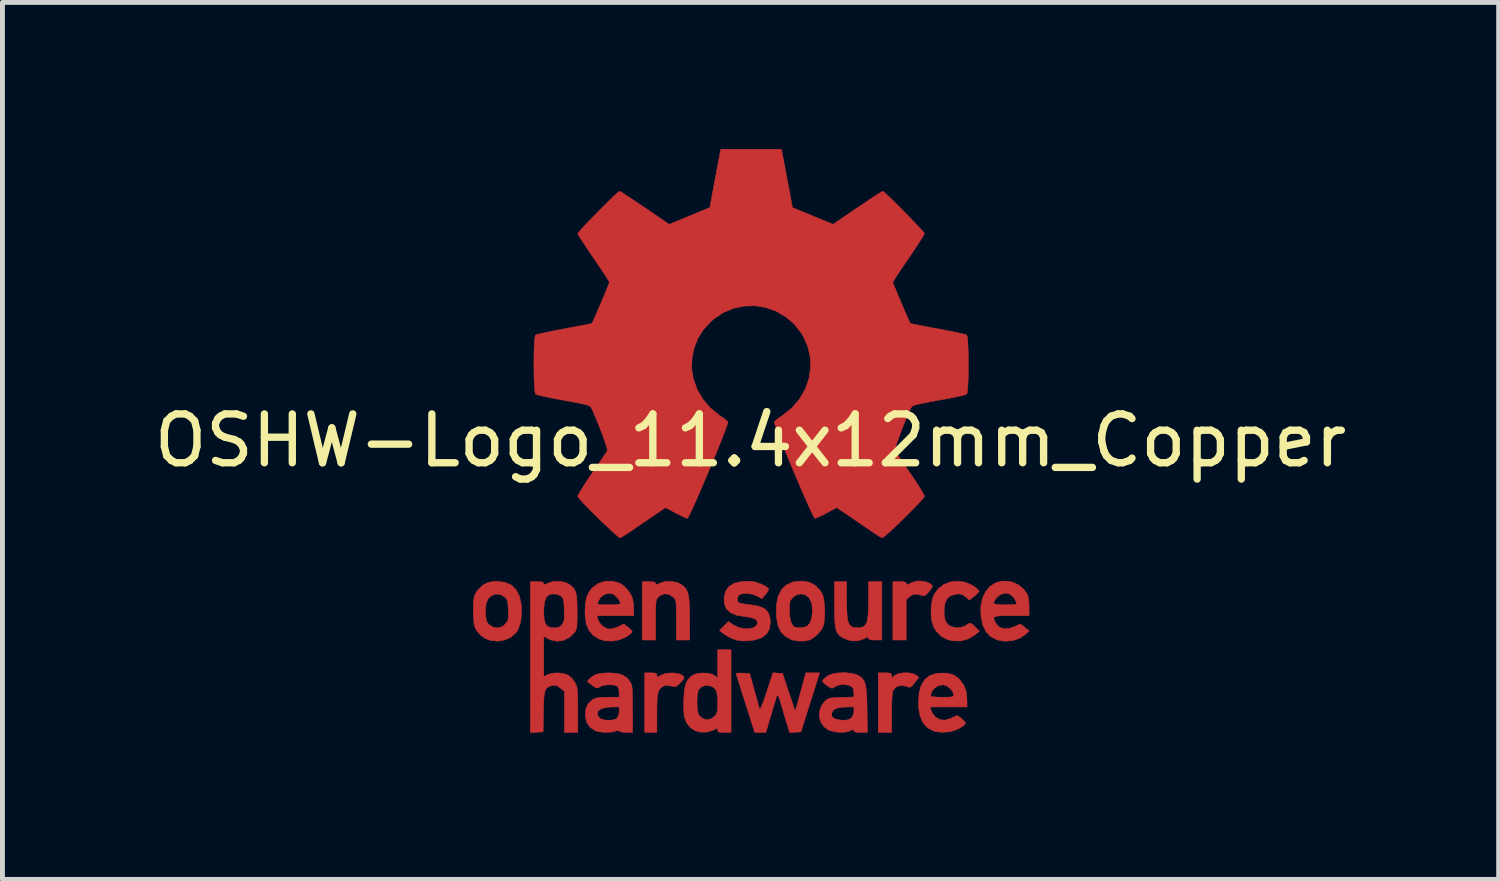
<source format=kicad_pcb>
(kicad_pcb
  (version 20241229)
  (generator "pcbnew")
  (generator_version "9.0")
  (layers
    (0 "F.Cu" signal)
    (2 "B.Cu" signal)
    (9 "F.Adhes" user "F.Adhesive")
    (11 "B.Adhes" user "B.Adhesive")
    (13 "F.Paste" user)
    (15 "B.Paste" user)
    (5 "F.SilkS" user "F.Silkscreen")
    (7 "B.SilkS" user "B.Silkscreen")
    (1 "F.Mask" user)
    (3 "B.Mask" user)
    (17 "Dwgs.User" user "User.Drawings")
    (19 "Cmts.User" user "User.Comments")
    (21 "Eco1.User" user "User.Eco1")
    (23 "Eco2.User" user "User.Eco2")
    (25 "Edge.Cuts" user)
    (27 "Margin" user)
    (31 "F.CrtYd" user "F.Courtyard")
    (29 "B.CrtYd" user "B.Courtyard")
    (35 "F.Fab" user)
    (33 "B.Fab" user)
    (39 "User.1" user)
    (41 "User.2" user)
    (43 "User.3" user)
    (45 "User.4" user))
  (footprint "OSHW-Logo_11.4x12mm_Copper"
    (layer "F.Cu")
    (at 12.315 5.969)
    (property "Reference" "OSHW-Logo_11.4x12mm_Copper" (at 0 0 0) (layer "F.SilkS") (effects (font (size 1 1) (thickness 0.15))))
    (attr board_only exclude_from_pos_files exclude_from_bom allow_missing_courtyard)
    (fp_poly (pts (xy 3.564 2.887) (xy 3.649 2.914) (xy 3.704 2.947) (xy 3.722 2.973) (xy 3.717 3.004) (xy 3.685 3.053) (xy 3.658 3.087) (xy 3.602 3.149) (xy 3.56 3.176) (xy 3.524 3.174) (xy 3.418 3.147) (xy 3.34 3.148) (xy 3.277 3.179) (xy 3.256 3.197) (xy 3.187 3.26) (xy 3.187 4.084) (xy 2.914 4.084) (xy 2.914 2.889) (xy 3.05 2.889) (xy 3.133 2.892) (xy 3.175 2.903) (xy 3.187 2.926) (xy 3.187 2.927) (xy 3.193 2.95) (xy 3.22 2.947) (xy 3.256 2.93) (xy 3.331 2.898) (xy 3.392 2.879) (xy 3.471 2.874) (xy 3.564 2.887)) (stroke (width 0.01) (type solid)) (fill yes) (layer "F.Cu"))
    (fp_poly (pts (xy 3.238 4.756) (xy 3.334 4.775) (xy 3.389 4.803) (xy 3.446 4.849) (xy 3.364 4.952) (xy 3.314 5.014) (xy 3.28 5.045) (xy 3.246 5.05) (xy 3.196 5.035) (xy 3.173 5.026) (xy 3.078 5.014) (xy 2.991 5.04) (xy 2.927 5.101) (xy 2.917 5.12) (xy 2.905 5.171) (xy 2.897 5.266) (xy 2.891 5.396) (xy 2.889 5.556) (xy 2.889 5.579) (xy 2.889 5.976) (xy 2.615 5.976) (xy 2.615 4.756) (xy 2.752 4.756) (xy 2.831 4.758) (xy 2.872 4.768) (xy 2.887 4.788) (xy 2.889 4.808) (xy 2.889 4.859) (xy 2.954 4.808) (xy 3.029 4.773) (xy 3.131 4.755) (xy 3.238 4.756)) (stroke (width 0.01) (type solid)) (fill yes) (layer "F.Cu"))
    (fp_poly (pts (xy -1.967 4.759) (xy -1.93 4.77) (xy -1.918 4.795) (xy -1.917 4.806) (xy -1.915 4.837) (xy -1.9 4.841) (xy -1.86 4.82) (xy -1.837 4.806) (xy -1.761 4.775) (xy -1.672 4.76) (xy -1.577 4.758) (xy -1.489 4.77) (xy -1.417 4.792) (xy -1.372 4.824) (xy -1.363 4.865) (xy -1.367 4.875) (xy -1.4 4.921) (xy -1.452 4.976) (xy -1.461 4.985) (xy -1.51 5.026) (xy -1.552 5.04) (xy -1.611 5.03) (xy -1.635 5.024) (xy -1.708 5.009) (xy -1.76 5.016) (xy -1.804 5.039) (xy -1.844 5.071) (xy -1.874 5.111) (xy -1.894 5.166) (xy -1.907 5.245) (xy -1.914 5.355) (xy -1.917 5.503) (xy -1.917 5.592) (xy -1.917 5.976) (xy -2.166 5.976) (xy -2.166 4.756) (xy -2.042 4.756) (xy -1.967 4.759)) (stroke (width 0.01) (type solid)) (fill yes) (layer "F.Cu"))
    (fp_poly (pts (xy 1.967 3.276) (xy 1.97 3.459) (xy 1.978 3.598) (xy 1.995 3.698) (xy 2.023 3.766) (xy 2.065 3.808) (xy 2.121 3.828) (xy 2.191 3.833) (xy 2.265 3.827) (xy 2.321 3.806) (xy 2.361 3.763) (xy 2.389 3.694) (xy 2.405 3.591) (xy 2.413 3.451) (xy 2.415 3.276) (xy 2.415 2.889) (xy 2.689 2.889) (xy 2.689 4.084) (xy 2.552 4.084) (xy 2.47 4.081) (xy 2.427 4.069) (xy 2.415 4.047) (xy 2.408 4.027) (xy 2.38 4.031) (xy 2.322 4.059) (xy 2.191 4.102) (xy 2.051 4.099) (xy 1.918 4.052) (xy 1.854 4.015) (xy 1.806 3.975) (xy 1.77 3.924) (xy 1.746 3.857) (xy 1.73 3.765) (xy 1.722 3.642) (xy 1.719 3.481) (xy 1.718 3.356) (xy 1.718 2.889) (xy 1.967 2.889) (xy 1.967 3.276)) (stroke (width 0.01) (type solid)) (fill yes) (layer "F.Cu"))
    (fp_poly (pts (xy -1.493 2.909) (xy -1.431 2.939) (xy -1.371 2.982) (xy -1.326 3.031) (xy -1.292 3.094) (xy -1.269 3.177) (xy -1.255 3.288) (xy -1.248 3.434) (xy -1.246 3.622) (xy -1.246 3.642) (xy -1.245 4.084) (xy -1.519 4.084) (xy -1.519 3.676) (xy -1.519 3.525) (xy -1.521 3.416) (xy -1.524 3.34) (xy -1.531 3.289) (xy -1.543 3.255) (xy -1.56 3.229) (xy -1.585 3.203) (xy -1.67 3.149) (xy -1.762 3.138) (xy -1.851 3.173) (xy -1.881 3.199) (xy -1.904 3.223) (xy -1.92 3.249) (xy -1.931 3.285) (xy -1.937 3.339) (xy -1.941 3.418) (xy -1.942 3.533) (xy -1.942 3.672) (xy -1.942 4.084) (xy -2.216 4.084) (xy -2.216 2.889) (xy -2.079 2.889) (xy -1.997 2.892) (xy -1.955 2.903) (xy -1.942 2.926) (xy -1.942 2.927) (xy -1.937 2.949) (xy -1.911 2.946) (xy -1.861 2.922) (xy -1.748 2.886) (xy -1.618 2.882) (xy -1.493 2.909)) (stroke (width 0.01) (type solid)) (fill yes) (layer "F.Cu"))
    (fp_poly (pts (xy 4.391 2.899) (xy 4.535 2.96) (xy 4.581 2.99) (xy 4.639 3.036) (xy 4.675 3.072) (xy 4.682 3.084) (xy 4.664 3.11) (xy 4.618 3.154) (xy 4.581 3.185) (xy 4.481 3.266) (xy 4.402 3.199) (xy 4.341 3.156) (xy 4.281 3.141) (xy 4.213 3.145) (xy 4.104 3.172) (xy 4.03 3.228) (xy 3.985 3.318) (xy 3.964 3.448) (xy 3.964 3.449) (xy 3.966 3.594) (xy 3.993 3.701) (xy 4.049 3.774) (xy 4.086 3.799) (xy 4.186 3.829) (xy 4.293 3.829) (xy 4.386 3.8) (xy 4.408 3.785) (xy 4.463 3.748) (xy 4.506 3.742) (xy 4.552 3.769) (xy 4.604 3.819) (xy 4.685 3.903) (xy 4.595 3.978) (xy 4.455 4.062) (xy 4.298 4.103) (xy 4.134 4.1) (xy 4.026 4.072) (xy 3.899 4.005) (xy 3.798 3.898) (xy 3.753 3.822) (xy 3.715 3.714) (xy 3.697 3.577) (xy 3.697 3.429) (xy 3.715 3.286) (xy 3.751 3.167) (xy 3.757 3.155) (xy 3.842 3.035) (xy 3.957 2.947) (xy 4.093 2.894) (xy 4.24 2.878) (xy 4.391 2.899)) (stroke (width 0.01) (type solid)) (fill yes) (layer "F.Cu"))
    (fp_poly (pts (xy 1.21 2.903) (xy 1.336 2.972) (xy 1.434 3.08) (xy 1.48 3.168) (xy 1.5 3.246) (xy 1.513 3.357) (xy 1.519 3.485) (xy 1.517 3.613) (xy 1.506 3.726) (xy 1.494 3.786) (xy 1.454 3.868) (xy 1.383 3.956) (xy 1.298 4.032) (xy 1.214 4.082) (xy 1.212 4.082) (xy 1.108 4.104) (xy 0.985 4.105) (xy 0.867 4.085) (xy 0.822 4.069) (xy 0.705 4.003) (xy 0.622 3.916) (xy 0.567 3.801) (xy 0.536 3.651) (xy 0.529 3.572) (xy 0.53 3.473) (xy 0.797 3.473) (xy 0.806 3.618) (xy 0.832 3.728) (xy 0.873 3.798) (xy 0.902 3.818) (xy 0.977 3.832) (xy 1.066 3.828) (xy 1.144 3.808) (xy 1.164 3.797) (xy 1.217 3.732) (xy 1.252 3.633) (xy 1.267 3.513) (xy 1.26 3.383) (xy 1.244 3.306) (xy 1.197 3.216) (xy 1.123 3.16) (xy 1.033 3.14) (xy 0.941 3.16) (xy 0.87 3.21) (xy 0.832 3.252) (xy 0.811 3.292) (xy 0.8 3.347) (xy 0.797 3.432) (xy 0.797 3.473) (xy 0.53 3.473) (xy 0.531 3.362) (xy 0.565 3.189) (xy 0.632 3.055) (xy 0.731 2.958) (xy 0.862 2.899) (xy 0.89 2.892) (xy 1.06 2.876) (xy 1.21 2.903)) (stroke (width 0.01) (type solid)) (fill yes) (layer "F.Cu"))
    (fp_poly (pts (xy 0.558 4.761) (xy 0.656 4.769) (xy 0.785 5.155) (xy 0.914 5.541) (xy 0.954 5.404) (xy 0.978 5.319) (xy 1.01 5.205) (xy 1.045 5.079) (xy 1.063 5.012) (xy 1.132 4.756) (xy 1.415 4.756) (xy 1.33 5.024) (xy 1.288 5.156) (xy 1.238 5.314) (xy 1.185 5.48) (xy 1.139 5.628) (xy 1.032 5.964) (xy 0.801 5.979) (xy 0.738 5.772) (xy 0.699 5.644) (xy 0.657 5.502) (xy 0.62 5.377) (xy 0.619 5.372) (xy 0.592 5.288) (xy 0.567 5.23) (xy 0.55 5.208) (xy 0.547 5.21) (xy 0.534 5.244) (xy 0.511 5.317) (xy 0.48 5.419) (xy 0.443 5.542) (xy 0.423 5.609) (xy 0.315 5.976) (xy 0.086 5.976) (xy -0.098 5.397) (xy -0.149 5.235) (xy -0.196 5.088) (xy -0.236 4.962) (xy -0.267 4.865) (xy -0.287 4.804) (xy -0.293 4.786) (xy -0.288 4.768) (xy -0.251 4.76) (xy -0.173 4.761) (xy -0.16 4.761) (xy -0.016 4.769) (xy 0.079 5.117) (xy 0.114 5.244) (xy 0.145 5.356) (xy 0.17 5.443) (xy 0.185 5.495) (xy 0.188 5.503) (xy 0.2 5.494) (xy 0.224 5.443) (xy 0.257 5.359) (xy 0.297 5.248) (xy 0.331 5.147) (xy 0.459 4.754) (xy 0.558 4.761)) (stroke (width 0.01) (type solid)) (fill yes) (layer "F.Cu"))
    (fp_poly (pts (xy -5.027 2.902) (xy -4.896 2.959) (xy -4.798 3.055) (xy -4.73 3.19) (xy -4.693 3.364) (xy -4.691 3.391) (xy -4.689 3.582) (xy -4.715 3.75) (xy -4.769 3.886) (xy -4.798 3.93) (xy -4.898 4.022) (xy -5.025 4.082) (xy -5.168 4.107) (xy -5.314 4.094) (xy -5.424 4.055) (xy -5.52 3.99) (xy -5.597 3.904) (xy -5.599 3.902) (xy -5.63 3.849) (xy -5.651 3.795) (xy -5.663 3.728) (xy -5.671 3.633) (xy -5.674 3.555) (xy -5.675 3.484) (xy -5.426 3.484) (xy -5.424 3.554) (xy -5.415 3.648) (xy -5.399 3.708) (xy -5.371 3.751) (xy -5.345 3.776) (xy -5.252 3.828) (xy -5.154 3.835) (xy -5.063 3.798) (xy -5.018 3.755) (xy -4.985 3.713) (xy -4.966 3.672) (xy -4.957 3.619) (xy -4.957 3.54) (xy -4.959 3.467) (xy -4.965 3.363) (xy -4.974 3.295) (xy -4.99 3.251) (xy -5.017 3.217) (xy -5.038 3.198) (xy -5.127 3.147) (xy -5.223 3.145) (xy -5.303 3.175) (xy -5.372 3.237) (xy -5.413 3.34) (xy -5.426 3.484) (xy -5.675 3.484) (xy -5.677 3.4) (xy -5.672 3.284) (xy -5.657 3.196) (xy -5.63 3.128) (xy -5.588 3.067) (xy -5.573 3.049) (xy -5.478 2.959) (xy -5.375 2.906) (xy -5.25 2.884) (xy -5.189 2.882) (xy -5.027 2.902)) (stroke (width 0.01) (type solid)) (fill yes) (layer "F.Cu"))
    (fp_poly (pts (xy -0.398 5.976) (xy -0.535 5.976) (xy -0.615 5.974) (xy -0.656 5.964) (xy -0.671 5.944) (xy -0.672 5.929) (xy -0.675 5.901) (xy -0.691 5.895) (xy -0.732 5.913) (xy -0.765 5.929) (xy -0.889 5.968) (xy -1.024 5.97) (xy -1.134 5.941) (xy -1.237 5.872) (xy -1.315 5.769) (xy -1.357 5.647) (xy -1.358 5.64) (xy -1.365 5.566) (xy -1.368 5.46) (xy -1.368 5.379) (xy -1.096 5.379) (xy -1.089 5.486) (xy -1.075 5.574) (xy -1.056 5.624) (xy -0.982 5.692) (xy -0.895 5.717) (xy -0.805 5.697) (xy -0.728 5.638) (xy -0.699 5.598) (xy -0.682 5.551) (xy -0.674 5.482) (xy -0.672 5.379) (xy -0.676 5.276) (xy -0.685 5.186) (xy -0.698 5.126) (xy -0.7 5.12) (xy -0.754 5.056) (xy -0.831 5.021) (xy -0.918 5.015) (xy -0.998 5.039) (xy -1.058 5.095) (xy -1.064 5.106) (xy -1.083 5.173) (xy -1.094 5.269) (xy -1.096 5.379) (xy -1.368 5.379) (xy -1.368 5.338) (xy -1.366 5.273) (xy -1.354 5.111) (xy -1.328 4.99) (xy -1.286 4.9) (xy -1.224 4.834) (xy -1.163 4.795) (xy -1.078 4.767) (xy -0.972 4.758) (xy -0.864 4.765) (xy -0.772 4.789) (xy -0.723 4.818) (xy -0.672 4.864) (xy -0.672 4.283) (xy -0.398 4.283) (xy -0.398 5.976)) (stroke (width 0.01) (type solid)) (fill yes) (layer "F.Cu"))
    (fp_poly (pts (xy 5.303 2.884) (xy 5.367 2.9) (xy 5.489 2.957) (xy 5.594 3.043) (xy 5.666 3.147) (xy 5.676 3.17) (xy 5.69 3.231) (xy 5.699 3.322) (xy 5.703 3.413) (xy 5.703 3.586) (xy 5.341 3.586) (xy 5.193 3.586) (xy 5.088 3.59) (xy 5.021 3.599) (xy 4.987 3.616) (xy 4.979 3.643) (xy 4.992 3.684) (xy 5.016 3.732) (xy 5.082 3.811) (xy 5.174 3.851) (xy 5.286 3.85) (xy 5.412 3.807) (xy 5.522 3.753) (xy 5.613 3.825) (xy 5.704 3.897) (xy 5.619 3.976) (xy 5.504 4.051) (xy 5.364 4.096) (xy 5.212 4.109) (xy 5.066 4.086) (xy 5.043 4.078) (xy 4.914 4.011) (xy 4.819 3.911) (xy 4.754 3.775) (xy 4.718 3.6) (xy 4.718 3.597) (xy 4.714 3.406) (xy 4.727 3.338) (xy 4.98 3.338) (xy 5.004 3.348) (xy 5.067 3.357) (xy 5.16 3.361) (xy 5.219 3.362) (xy 5.329 3.361) (xy 5.397 3.359) (xy 5.433 3.351) (xy 5.446 3.337) (xy 5.443 3.315) (xy 5.44 3.306) (xy 5.395 3.223) (xy 5.325 3.156) (xy 5.263 3.127) (xy 5.181 3.128) (xy 5.098 3.165) (xy 5.028 3.226) (xy 4.986 3.299) (xy 4.98 3.338) (xy 4.727 3.338) (xy 4.746 3.238) (xy 4.81 3.098) (xy 4.901 2.988) (xy 5.016 2.913) (xy 5.151 2.877) (xy 5.303 2.884)) (stroke (width 0.01) (type solid)) (fill yes) (layer "F.Cu"))
    (fp_poly (pts (xy 0.028 2.884) (xy 0.122 2.902) (xy 0.22 2.94) (xy 0.23 2.944) (xy 0.305 2.983) (xy 0.356 3.02) (xy 0.373 3.043) (xy 0.357 3.081) (xy 0.318 3.137) (xy 0.301 3.158) (xy 0.231 3.24) (xy 0.14 3.186) (xy 0.054 3.151) (xy -0.045 3.132) (xy -0.141 3.13) (xy -0.215 3.148) (xy -0.233 3.159) (xy -0.266 3.211) (xy -0.271 3.27) (xy -0.245 3.316) (xy -0.23 3.324) (xy -0.186 3.336) (xy -0.107 3.349) (xy -0.01 3.361) (xy 0.008 3.363) (xy 0.164 3.39) (xy 0.278 3.436) (xy 0.353 3.505) (xy 0.394 3.601) (xy 0.407 3.719) (xy 0.389 3.852) (xy 0.331 3.957) (xy 0.232 4.034) (xy 0.093 4.082) (xy -0.062 4.101) (xy -0.189 4.101) (xy -0.291 4.083) (xy -0.361 4.059) (xy -0.45 4.018) (xy -0.531 3.97) (xy -0.56 3.949) (xy -0.635 3.888) (xy -0.545 3.797) (xy -0.455 3.705) (xy -0.352 3.773) (xy -0.25 3.824) (xy -0.14 3.851) (xy -0.034 3.853) (xy 0.056 3.833) (xy 0.119 3.789) (xy 0.139 3.753) (xy 0.136 3.694) (xy 0.085 3.649) (xy -0.013 3.618) (xy -0.121 3.604) (xy -0.287 3.576) (xy -0.41 3.525) (xy -0.492 3.447) (xy -0.535 3.343) (xy -0.541 3.218) (xy -0.512 3.089) (xy -0.445 2.991) (xy -0.34 2.924) (xy -0.196 2.888) (xy -0.089 2.881) (xy 0.028 2.884)) (stroke (width 0.01) (type solid)) (fill yes) (layer "F.Cu"))
    (fp_poly (pts (xy 4.025 4.763) (xy 4.144 4.794) (xy 4.244 4.858) (xy 4.292 4.905) (xy 4.371 5.018) (xy 4.417 5.149) (xy 4.432 5.31) (xy 4.432 5.323) (xy 4.433 5.454) (xy 3.68 5.454) (xy 3.696 5.522) (xy 3.725 5.584) (xy 3.776 5.649) (xy 3.786 5.659) (xy 3.877 5.715) (xy 3.981 5.724) (xy 4.101 5.688) (xy 4.121 5.678) (xy 4.183 5.648) (xy 4.225 5.63) (xy 4.232 5.629) (xy 4.258 5.644) (xy 4.306 5.682) (xy 4.331 5.702) (xy 4.382 5.75) (xy 4.398 5.781) (xy 4.387 5.81) (xy 4.38 5.817) (xy 4.338 5.852) (xy 4.269 5.894) (xy 4.221 5.918) (xy 4.084 5.961) (xy 3.932 5.975) (xy 3.788 5.958) (xy 3.748 5.946) (xy 3.623 5.88) (xy 3.531 5.777) (xy 3.47 5.637) (xy 3.44 5.459) (xy 3.437 5.366) (xy 3.447 5.231) (xy 3.685 5.231) (xy 3.709 5.241) (xy 3.771 5.249) (xy 3.861 5.254) (xy 3.922 5.254) (xy 4.032 5.254) (xy 4.101 5.25) (xy 4.14 5.242) (xy 4.156 5.227) (xy 4.159 5.205) (xy 4.137 5.138) (xy 4.084 5.072) (xy 4.013 5.021) (xy 3.942 5) (xy 3.846 5.018) (xy 3.763 5.072) (xy 3.705 5.149) (xy 3.685 5.231) (xy 3.447 5.231) (xy 3.451 5.169) (xy 3.494 5.012) (xy 3.566 4.894) (xy 3.668 4.813) (xy 3.802 4.769) (xy 3.875 4.761) (xy 4.025 4.763)) (stroke (width 0.01) (type solid)) (fill yes) (layer "F.Cu"))
    (fp_poly (pts (xy -2.687 2.916) (xy -2.662 2.928) (xy -2.576 2.991) (xy -2.495 3.083) (xy -2.434 3.184) (xy -2.417 3.23) (xy -2.401 3.313) (xy -2.392 3.414) (xy -2.391 3.455) (xy -2.391 3.586) (xy -3.143 3.586) (xy -3.127 3.654) (xy -3.088 3.735) (xy -3.019 3.805) (xy -2.937 3.85) (xy -2.885 3.86) (xy -2.814 3.848) (xy -2.73 3.82) (xy -2.701 3.807) (xy -2.595 3.754) (xy -2.504 3.823) (xy -2.452 3.87) (xy -2.424 3.908) (xy -2.423 3.919) (xy -2.448 3.947) (xy -2.502 3.989) (xy -2.551 4.021) (xy -2.685 4.079) (xy -2.834 4.106) (xy -2.982 4.099) (xy -3.1 4.063) (xy -3.222 3.986) (xy -3.308 3.885) (xy -3.363 3.754) (xy -3.387 3.587) (xy -3.389 3.511) (xy -3.381 3.337) (xy -3.38 3.332) (xy -3.13 3.332) (xy -3.123 3.348) (xy -3.095 3.357) (xy -3.037 3.361) (xy -2.94 3.362) (xy -2.903 3.362) (xy -2.789 3.36) (xy -2.717 3.356) (xy -2.679 3.346) (xy -2.665 3.33) (xy -2.665 3.325) (xy -2.68 3.284) (xy -2.719 3.228) (xy -2.736 3.208) (xy -2.798 3.152) (xy -2.864 3.13) (xy -2.899 3.128) (xy -2.993 3.151) (xy -3.073 3.213) (xy -3.123 3.303) (xy -3.124 3.306) (xy -3.13 3.332) (xy -3.38 3.332) (xy -3.352 3.199) (xy -3.299 3.089) (xy -3.236 3.011) (xy -3.118 2.927) (xy -2.979 2.882) (xy -2.831 2.878) (xy -2.687 2.916)) (stroke (width 0.01) (type solid)) (fill yes) (layer "F.Cu"))
    (fp_poly (pts (xy 2.056 4.764) (xy 2.161 4.789) (xy 2.192 4.803) (xy 2.251 4.838) (xy 2.296 4.878) (xy 2.329 4.929) (xy 2.353 4.999) (xy 2.368 5.093) (xy 2.378 5.22) (xy 2.384 5.386) (xy 2.386 5.497) (xy 2.394 5.976) (xy 2.256 5.976) (xy 2.171 5.973) (xy 2.128 5.961) (xy 2.117 5.941) (xy 2.111 5.919) (xy 2.084 5.923) (xy 2.048 5.94) (xy 1.958 5.967) (xy 1.842 5.975) (xy 1.72 5.963) (xy 1.611 5.932) (xy 1.602 5.928) (xy 1.503 5.859) (xy 1.437 5.762) (xy 1.407 5.649) (xy 1.41 5.608) (xy 1.655 5.608) (xy 1.676 5.663) (xy 1.74 5.702) (xy 1.844 5.723) (xy 1.899 5.726) (xy 1.991 5.719) (xy 2.052 5.691) (xy 2.067 5.678) (xy 2.107 5.606) (xy 2.117 5.541) (xy 2.117 5.454) (xy 1.995 5.454) (xy 1.854 5.461) (xy 1.755 5.483) (xy 1.693 5.523) (xy 1.679 5.541) (xy 1.655 5.608) (xy 1.41 5.608) (xy 1.414 5.53) (xy 1.459 5.417) (xy 1.52 5.34) (xy 1.557 5.307) (xy 1.594 5.285) (xy 1.641 5.272) (xy 1.711 5.265) (xy 1.815 5.26) (xy 1.857 5.258) (xy 2.117 5.25) (xy 2.116 5.171) (xy 2.106 5.088) (xy 2.07 5.038) (xy 1.996 5.006) (xy 1.994 5.006) (xy 1.89 4.993) (xy 1.788 5.01) (xy 1.712 5.05) (xy 1.682 5.069) (xy 1.649 5.067) (xy 1.599 5.038) (xy 1.569 5.018) (xy 1.511 4.975) (xy 1.475 4.943) (xy 1.47 4.933) (xy 1.493 4.886) (xy 1.563 4.829) (xy 1.594 4.809) (xy 1.681 4.776) (xy 1.799 4.757) (xy 1.93 4.753) (xy 2.056 4.764)) (stroke (width 0.01) (type solid)) (fill yes) (layer "F.Cu"))
    (fp_poly (pts (xy -2.741 4.766) (xy -2.624 4.797) (xy -2.535 4.854) (xy -2.472 4.928) (xy -2.452 4.96) (xy -2.438 4.993) (xy -2.428 5.035) (xy -2.421 5.095) (xy -2.418 5.179) (xy -2.416 5.296) (xy -2.416 5.453) (xy -2.415 5.495) (xy -2.415 5.976) (xy -2.535 5.976) (xy -2.611 5.971) (xy -2.668 5.958) (xy -2.682 5.949) (xy -2.72 5.935) (xy -2.76 5.949) (xy -2.825 5.967) (xy -2.919 5.974) (xy -3.024 5.971) (xy -3.119 5.958) (xy -3.175 5.941) (xy -3.283 5.872) (xy -3.35 5.776) (xy -3.381 5.648) (xy -3.381 5.645) (xy -3.378 5.588) (xy -3.138 5.588) (xy -3.117 5.652) (xy -3.082 5.689) (xy -3.013 5.716) (xy -2.923 5.727) (xy -2.83 5.722) (xy -2.756 5.7) (xy -2.735 5.686) (xy -2.699 5.622) (xy -2.689 5.549) (xy -2.689 5.454) (xy -2.827 5.454) (xy -2.958 5.464) (xy -3.057 5.492) (xy -3.119 5.537) (xy -3.138 5.588) (xy -3.378 5.588) (xy -3.375 5.505) (xy -3.328 5.394) (xy -3.242 5.311) (xy -3.23 5.303) (xy -3.178 5.278) (xy -3.115 5.263) (xy -3.026 5.256) (xy -2.92 5.254) (xy -2.689 5.254) (xy -2.689 5.158) (xy -2.699 5.083) (xy -2.724 5.033) (xy -2.727 5.03) (xy -2.783 5.008) (xy -2.866 5) (xy -2.959 5.004) (xy -3.041 5.02) (xy -3.089 5.044) (xy -3.116 5.063) (xy -3.143 5.067) (xy -3.182 5.051) (xy -3.24 5.012) (xy -3.327 4.945) (xy -3.335 4.939) (xy -3.331 4.916) (xy -3.296 4.877) (xy -3.245 4.835) (xy -3.188 4.799) (xy -3.17 4.79) (xy -3.104 4.773) (xy -3.008 4.761) (xy -2.901 4.756) (xy -2.896 4.756) (xy -2.741 4.766)) (stroke (width 0.01) (type solid)) (fill yes) (layer "F.Cu"))
    (fp_poly (pts (xy -3.78 2.91) (xy -3.728 2.935) (xy -3.663 2.981) (xy -3.616 3.03) (xy -3.583 3.092) (xy -3.563 3.175) (xy -3.553 3.288) (xy -3.549 3.438) (xy -3.549 3.503) (xy -3.549 3.645) (xy -3.552 3.747) (xy -3.558 3.817) (xy -3.568 3.865) (xy -3.584 3.901) (xy -3.6 3.925) (xy -3.704 4.028) (xy -3.826 4.09) (xy -3.958 4.109) (xy -4.091 4.082) (xy -4.133 4.062) (xy -4.233 4.01) (xy -4.233 4.832) (xy -4.16 4.794) (xy -4.063 4.765) (xy -3.944 4.757) (xy -3.825 4.771) (xy -3.736 4.802) (xy -3.661 4.862) (xy -3.598 4.947) (xy -3.593 4.956) (xy -3.573 4.997) (xy -3.558 5.038) (xy -3.548 5.089) (xy -3.541 5.156) (xy -3.538 5.249) (xy -3.536 5.377) (xy -3.536 5.52) (xy -3.536 5.976) (xy -3.81 5.976) (xy -3.81 5.134) (xy -3.887 5.07) (xy -3.966 5.018) (xy -4.042 5.009) (xy -4.117 5.033) (xy -4.158 5.057) (xy -4.188 5.09) (xy -4.209 5.141) (xy -4.224 5.216) (xy -4.233 5.323) (xy -4.238 5.469) (xy -4.24 5.566) (xy -4.246 5.964) (xy -4.377 5.972) (xy -4.507 5.979) (xy -4.507 3.507) (xy -4.233 3.507) (xy -4.226 3.644) (xy -4.203 3.74) (xy -4.159 3.8) (xy -4.091 3.829) (xy -4.022 3.835) (xy -3.944 3.828) (xy -3.892 3.802) (xy -3.859 3.766) (xy -3.834 3.729) (xy -3.819 3.687) (xy -3.812 3.628) (xy -3.812 3.539) (xy -3.814 3.465) (xy -3.819 3.354) (xy -3.827 3.281) (xy -3.84 3.234) (xy -3.861 3.203) (xy -3.881 3.185) (xy -3.965 3.146) (xy -4.063 3.14) (xy -4.12 3.153) (xy -4.176 3.201) (xy -4.214 3.295) (xy -4.232 3.433) (xy -4.233 3.507) (xy -4.507 3.507) (xy -4.507 2.889) (xy -4.37 2.889) (xy -4.288 2.892) (xy -4.246 2.903) (xy -4.233 2.926) (xy -4.233 2.927) (xy -4.228 2.949) (xy -4.202 2.946) (xy -4.152 2.922) (xy -4.036 2.885) (xy -3.905 2.881) (xy -3.78 2.91)) (stroke (width 0.01) (type solid)) (fill yes) (layer "F.Cu"))
    (fp_poly (pts (xy 0.747 -5.367) (xy 0.859 -4.77) (xy 1.275 -4.598) (xy 1.69 -4.427) (xy 2.188 -4.766) (xy 2.328 -4.86) (xy 2.454 -4.945) (xy 2.561 -5.015) (xy 2.643 -5.067) (xy 2.693 -5.098) (xy 2.707 -5.105) (xy 2.732 -5.088) (xy 2.785 -5.041) (xy 2.86 -4.969) (xy 2.952 -4.88) (xy 3.054 -4.778) (xy 3.161 -4.67) (xy 3.266 -4.563) (xy 3.363 -4.461) (xy 3.447 -4.372) (xy 3.512 -4.301) (xy 3.552 -4.253) (xy 3.561 -4.238) (xy 3.547 -4.209) (xy 3.509 -4.145) (xy 3.451 -4.053) (xy 3.376 -3.939) (xy 3.288 -3.809) (xy 3.237 -3.734) (xy 3.145 -3.599) (xy 3.063 -3.477) (xy 2.995 -3.374) (xy 2.945 -3.296) (xy 2.918 -3.25) (xy 2.914 -3.24) (xy 2.923 -3.213) (xy 2.948 -3.149) (xy 2.986 -3.057) (xy 3.032 -2.946) (xy 3.083 -2.826) (xy 3.134 -2.706) (xy 3.182 -2.594) (xy 3.224 -2.5) (xy 3.254 -2.432) (xy 3.271 -2.399) (xy 3.272 -2.398) (xy 3.297 -2.392) (xy 3.364 -2.378) (xy 3.466 -2.358) (xy 3.597 -2.333) (xy 3.748 -2.304) (xy 3.837 -2.288) (xy 3.998 -2.257) (xy 4.145 -2.228) (xy 4.268 -2.201) (xy 4.36 -2.18) (xy 4.415 -2.165) (xy 4.426 -2.16) (xy 4.437 -2.127) (xy 4.446 -2.053) (xy 4.452 -1.947) (xy 4.457 -1.817) (xy 4.46 -1.671) (xy 4.46 -1.519) (xy 4.458 -1.369) (xy 4.455 -1.23) (xy 4.449 -1.11) (xy 4.441 -1.018) (xy 4.431 -0.962) (xy 4.425 -0.951) (xy 4.39 -0.937) (xy 4.316 -0.917) (xy 4.212 -0.894) (xy 4.089 -0.869) (xy 4.046 -0.861) (xy 3.838 -0.823) (xy 3.674 -0.792) (xy 3.548 -0.768) (xy 3.455 -0.748) (xy 3.389 -0.733) (xy 3.346 -0.719) (xy 3.318 -0.707) (xy 3.302 -0.696) (xy 3.3 -0.693) (xy 3.278 -0.656) (xy 3.243 -0.583) (xy 3.2 -0.483) (xy 3.153 -0.366) (xy 3.103 -0.241) (xy 3.056 -0.115) (xy 3.014 0.001) (xy 2.981 0.099) (xy 2.96 0.171) (xy 2.954 0.206) (xy 2.954 0.207) (xy 2.973 0.236) (xy 3.016 0.299) (xy 3.078 0.39) (xy 3.154 0.502) (xy 3.241 0.629) (xy 3.266 0.665) (xy 3.355 0.796) (xy 3.433 0.915) (xy 3.496 1.016) (xy 3.539 1.092) (xy 3.56 1.136) (xy 3.561 1.142) (xy 3.544 1.17) (xy 3.496 1.226) (xy 3.424 1.304) (xy 3.334 1.397) (xy 3.232 1.501) (xy 3.124 1.608) (xy 3.016 1.712) (xy 2.914 1.809) (xy 2.825 1.89) (xy 2.755 1.952) (xy 2.709 1.986) (xy 2.696 1.992) (xy 2.667 1.979) (xy 2.607 1.943) (xy 2.526 1.89) (xy 2.463 1.847) (xy 2.35 1.769) (xy 2.216 1.678) (xy 2.081 1.586) (xy 2.009 1.537) (xy 1.764 1.372) (xy 1.559 1.483) (xy 1.465 1.531) (xy 1.385 1.569) (xy 1.331 1.591) (xy 1.318 1.594) (xy 1.301 1.572) (xy 1.269 1.509) (xy 1.223 1.412) (xy 1.165 1.285) (xy 1.099 1.136) (xy 1.027 0.969) (xy 0.951 0.791) (xy 0.873 0.607) (xy 0.796 0.422) (xy 0.723 0.244) (xy 0.655 0.077) (xy 0.596 -0.072) (xy 0.547 -0.199) (xy 0.511 -0.297) (xy 0.491 -0.36) (xy 0.488 -0.381) (xy 0.513 -0.409) (xy 0.57 -0.454) (xy 0.644 -0.506) (xy 0.651 -0.51) (xy 0.844 -0.665) (xy 1 -0.846) (xy 1.117 -1.046) (xy 1.194 -1.261) (xy 1.229 -1.484) (xy 1.222 -1.71) (xy 1.17 -1.933) (xy 1.073 -2.147) (xy 1.044 -2.194) (xy 0.896 -2.383) (xy 0.72 -2.534) (xy 0.524 -2.648) (xy 0.313 -2.723) (xy 0.093 -2.759) (xy -0.13 -2.753) (xy -0.349 -2.707) (xy -0.559 -2.619) (xy -0.753 -2.488) (xy -0.813 -2.435) (xy -0.966 -2.269) (xy -1.077 -2.093) (xy -1.153 -1.897) (xy -1.196 -1.703) (xy -1.206 -1.484) (xy -1.171 -1.264) (xy -1.094 -1.051) (xy -0.979 -0.851) (xy -0.829 -0.673) (xy -0.647 -0.523) (xy -0.623 -0.507) (xy -0.548 -0.456) (xy -0.49 -0.411) (xy -0.463 -0.382) (xy -0.462 -0.381) (xy -0.468 -0.35) (xy -0.492 -0.28) (xy -0.53 -0.176) (xy -0.581 -0.045) (xy -0.642 0.109) (xy -0.711 0.278) (xy -0.786 0.458) (xy -0.863 0.643) (xy -0.941 0.826) (xy -1.016 1.003) (xy -1.088 1.167) (xy -1.152 1.312) (xy -1.208 1.433) (xy -1.251 1.524) (xy -1.281 1.579) (xy -1.293 1.594) (xy -1.329 1.582) (xy -1.397 1.552) (xy -1.485 1.508) (xy -1.534 1.483) (xy -1.739 1.372) (xy -1.984 1.537) (xy -2.109 1.622) (xy -2.246 1.715) (xy -2.374 1.803) (xy -2.438 1.847) (xy -2.528 1.908) (xy -2.605 1.956) (xy -2.658 1.986) (xy -2.675 1.992) (xy -2.7 1.975) (xy -2.755 1.928) (xy -2.835 1.856) (xy -2.934 1.764) (xy -3.048 1.656) (xy -3.12 1.587) (xy -3.245 1.464) (xy -3.354 1.353) (xy -3.441 1.26) (xy -3.503 1.19) (xy -3.534 1.147) (xy -3.537 1.138) (xy -3.523 1.105) (xy -3.485 1.038) (xy -3.426 0.944) (xy -3.352 0.829) (xy -3.266 0.701) (xy -3.241 0.665) (xy -3.152 0.535) (xy -3.072 0.418) (xy -3.006 0.321) (xy -2.958 0.25) (xy -2.932 0.211) (xy -2.93 0.207) (xy -2.933 0.176) (xy -2.953 0.108) (xy -2.985 0.013) (xy -3.026 -0.102) (xy -3.073 -0.227) (xy -3.123 -0.353) (xy -3.171 -0.472) (xy -3.214 -0.574) (xy -3.25 -0.65) (xy -3.273 -0.691) (xy -3.275 -0.693) (xy -3.29 -0.705) (xy -3.314 -0.717) (xy -3.355 -0.73) (xy -3.416 -0.745) (xy -3.503 -0.764) (xy -3.622 -0.787) (xy -3.779 -0.816) (xy -3.978 -0.853) (xy -4.021 -0.861) (xy -4.149 -0.886) (xy -4.26 -0.91) (xy -4.345 -0.931) (xy -4.394 -0.947) (xy -4.401 -0.951) (xy -4.411 -0.984) (xy -4.42 -1.058) (xy -4.427 -1.165) (xy -4.432 -1.295) (xy -4.434 -1.441) (xy -4.435 -1.593) (xy -4.434 -1.743) (xy -4.43 -1.882) (xy -4.425 -2.002) (xy -4.417 -2.093) (xy -4.407 -2.148) (xy -4.401 -2.16) (xy -4.369 -2.171) (xy -4.295 -2.19) (xy -4.186 -2.214) (xy -4.051 -2.242) (xy -3.896 -2.272) (xy -3.812 -2.288) (xy -3.652 -2.318) (xy -3.509 -2.345) (xy -3.391 -2.368) (xy -3.304 -2.385) (xy -3.255 -2.396) (xy -3.247 -2.398) (xy -3.233 -2.424) (xy -3.204 -2.487) (xy -3.164 -2.578) (xy -3.117 -2.688) (xy -3.065 -2.808) (xy -3.014 -2.929) (xy -2.967 -3.042) (xy -2.928 -3.137) (xy -2.901 -3.206) (xy -2.889 -3.24) (xy -2.889 -3.241) (xy -2.902 -3.268) (xy -2.94 -3.329) (xy -2.999 -3.42) (xy -3.074 -3.532) (xy -3.161 -3.661) (xy -3.212 -3.735) (xy -3.305 -3.871) (xy -3.387 -3.995) (xy -3.455 -4.099) (xy -3.505 -4.179) (xy -3.532 -4.227) (xy -3.536 -4.238) (xy -3.519 -4.263) (xy -3.473 -4.317) (xy -3.402 -4.394) (xy -3.314 -4.487) (xy -3.214 -4.59) (xy -3.108 -4.698) (xy -3.002 -4.805) (xy -2.902 -4.904) (xy -2.814 -4.99) (xy -2.743 -5.055) (xy -2.697 -5.095) (xy -2.682 -5.105) (xy -2.656 -5.091) (xy -2.596 -5.054) (xy -2.506 -4.995) (xy -2.393 -4.921) (xy -2.262 -4.833) (xy -2.163 -4.766) (xy -1.665 -4.427) (xy -1.25 -4.598) (xy -0.834 -4.77) (xy -0.722 -5.367) (xy -0.609 -5.964) (xy 0.634 -5.964) (xy 0.747 -5.367)) (stroke (width 0.01) (type solid)) (fill yes) (layer "F.Cu")))
  (gr_rect
    (start -3 -3)
    (end 27.631 14.953)
    (stroke (width 0.1) (type default))
    (fill no)
    (layer "Edge.Cuts")))
</source>
